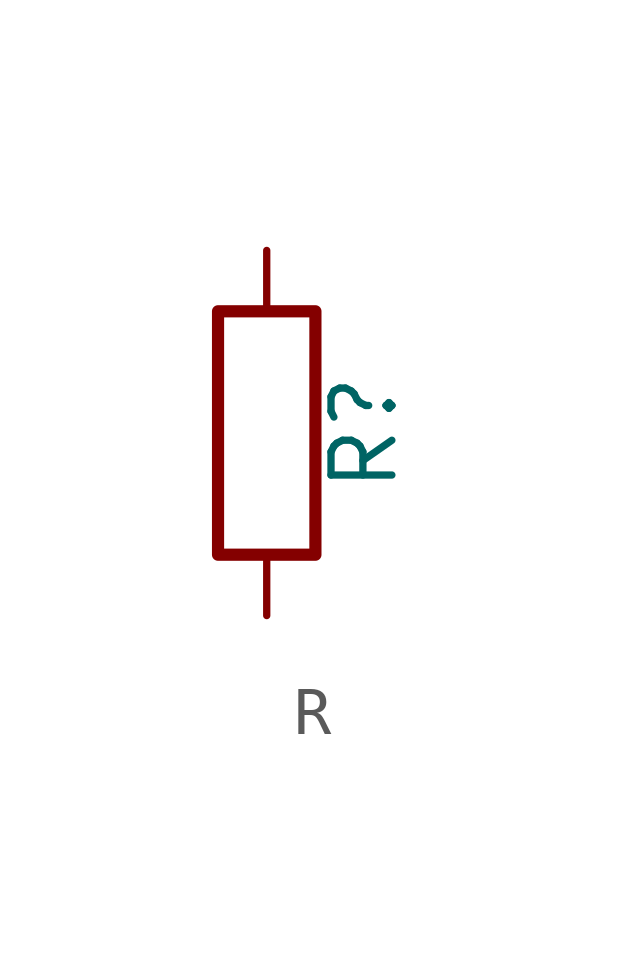
<source format=kicad_sym>
(kicad_symbol_lib
  (version 20220914)
  (generator kicad_symbol_editor)
  (symbol "R"
    (pin_numbers hide)
    (pin_names
      (offset 0))
    (property "Reference" "R"
      (at 2.032 0 90)
      (effects (font (size 1.27 1.27))))
    (property "Value" ""
      (at 0 0 90)
      (effects (font (size 1.27 1.27))))
    (symbol "R_0_1"
      (rectangle (start -1.016 -2.54) (end 1.016 2.54) (stroke (width 0.254) (type default)) (fill (type none))))
    (symbol "R_1_1"
      (pin passive line (at 0 3.81 270) (length 1.27) (name "~" (effects (font (size 1.27 1.27)))) (number "1" (effects (font (size 1.27 1.27)))))
      (pin passive line (at 0 -3.81 90) (length 1.27) (name "~" (effects (font (size 1.27 1.27)))) (number "2" (effects (font (size 1.27 1.27))))))))
</source>
